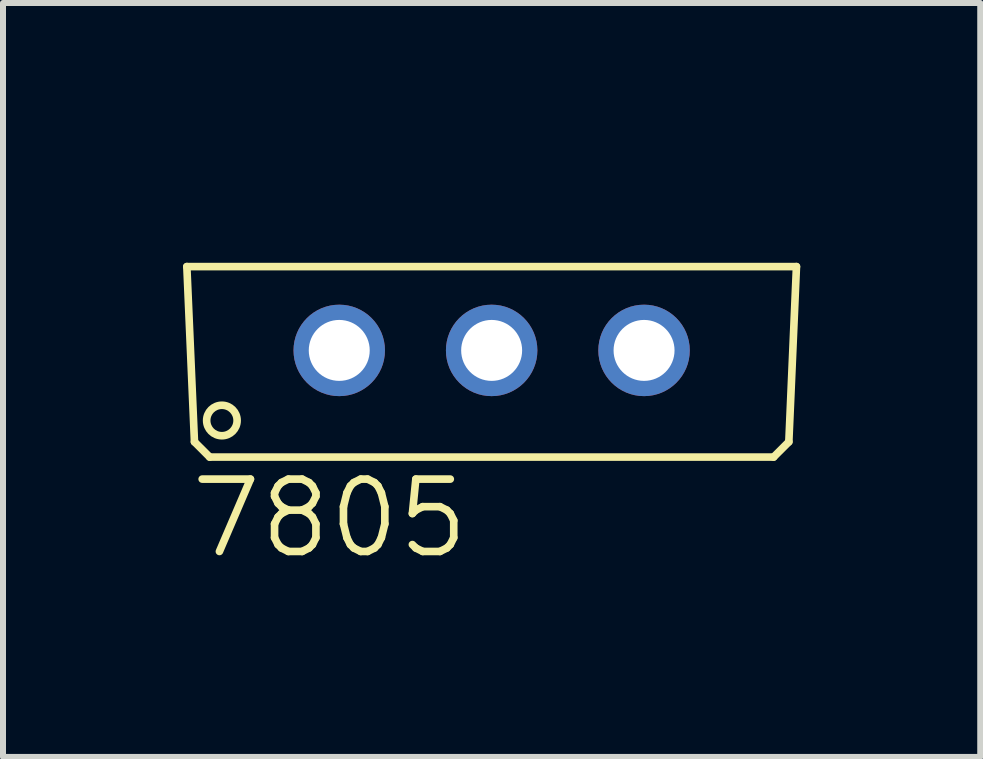
<source format=kicad_pcb>
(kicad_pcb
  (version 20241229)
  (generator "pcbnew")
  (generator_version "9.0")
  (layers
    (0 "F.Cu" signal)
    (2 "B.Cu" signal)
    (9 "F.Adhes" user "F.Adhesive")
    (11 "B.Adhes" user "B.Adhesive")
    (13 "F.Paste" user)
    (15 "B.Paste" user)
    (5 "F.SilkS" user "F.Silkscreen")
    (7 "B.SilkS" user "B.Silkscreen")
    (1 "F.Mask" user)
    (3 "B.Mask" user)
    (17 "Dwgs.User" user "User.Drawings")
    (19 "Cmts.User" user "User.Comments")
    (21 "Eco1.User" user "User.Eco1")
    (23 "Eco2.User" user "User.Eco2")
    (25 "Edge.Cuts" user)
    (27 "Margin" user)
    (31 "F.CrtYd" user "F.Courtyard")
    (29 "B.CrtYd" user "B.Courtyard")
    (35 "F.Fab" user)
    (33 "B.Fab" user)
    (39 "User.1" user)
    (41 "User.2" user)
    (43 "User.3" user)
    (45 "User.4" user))
  (footprint "7805"
    (layer "F.Cu")
    (at 5.144 0.25)
    (property "Reference" "7805" (at -5.08 6.045 0) (layer "F.SilkS") (effects (font (size 1.206 1.206) (thickness 0.127)) (justify left bottom)))
    (attr through_hole)
    (fp_line (start -5.08 1.143) (end 5.08 1.143) (stroke (width 0.127) (type solid)) (layer "F.SilkS"))
    (fp_line (start -4.953 4.064) (end -5.08 1.143) (stroke (width 0.127) (type solid)) (layer "F.SilkS"))
    (fp_line (start -4.953 4.064) (end -4.699 4.318) (stroke (width 0.127) (type solid)) (layer "F.SilkS"))
    (fp_line (start 4.699 4.318) (end -4.699 4.318) (stroke (width 0.127) (type solid)) (layer "F.SilkS"))
    (fp_line (start 4.699 4.318) (end 4.953 4.064) (stroke (width 0.127) (type solid)) (layer "F.SilkS"))
    (fp_line (start 5.08 1.143) (end 4.953 4.064) (stroke (width 0.127) (type solid)) (layer "F.SilkS"))
    (fp_circle (center -4.496 3.708) (end -4.242 3.708) (stroke (width 0.127) (type solid)) (fill no) (layer "F.SilkS"))
    (pad "1" thru_hole circle (at -2.54 2.54 90) (size 1.524 1.524) (drill 1.016) (layers "*.Cu" "*.Mask"))
    (pad "2" thru_hole circle (at 0 2.54 90) (size 1.524 1.524) (drill 1.016) (layers "*.Cu" "*.Mask"))
    (pad "3" thru_hole circle (at 2.54 2.54 90) (size 1.524 1.524) (drill 1.016) (layers "*.Cu" "*.Mask")))
  (gr_rect
    (start -3 -3)
    (end 13.287 9.565)
    (stroke (width 0.1) (type default))
    (fill no)
    (layer "Edge.Cuts")))
</source>
